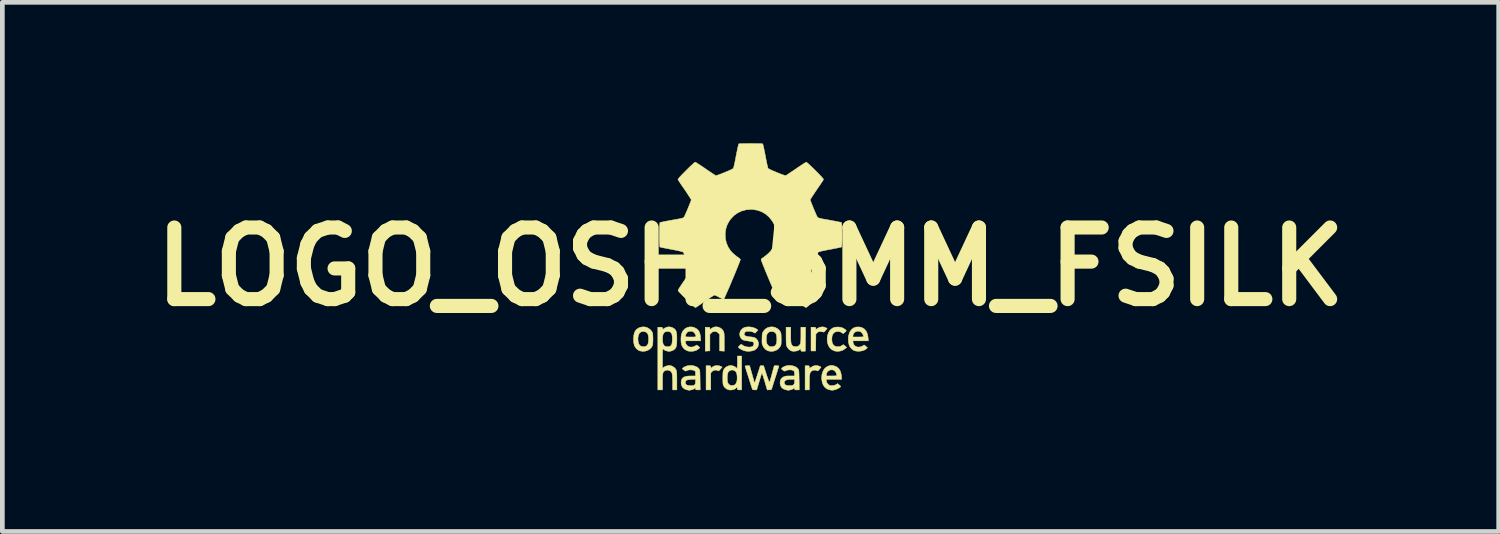
<source format=kicad_pcb>
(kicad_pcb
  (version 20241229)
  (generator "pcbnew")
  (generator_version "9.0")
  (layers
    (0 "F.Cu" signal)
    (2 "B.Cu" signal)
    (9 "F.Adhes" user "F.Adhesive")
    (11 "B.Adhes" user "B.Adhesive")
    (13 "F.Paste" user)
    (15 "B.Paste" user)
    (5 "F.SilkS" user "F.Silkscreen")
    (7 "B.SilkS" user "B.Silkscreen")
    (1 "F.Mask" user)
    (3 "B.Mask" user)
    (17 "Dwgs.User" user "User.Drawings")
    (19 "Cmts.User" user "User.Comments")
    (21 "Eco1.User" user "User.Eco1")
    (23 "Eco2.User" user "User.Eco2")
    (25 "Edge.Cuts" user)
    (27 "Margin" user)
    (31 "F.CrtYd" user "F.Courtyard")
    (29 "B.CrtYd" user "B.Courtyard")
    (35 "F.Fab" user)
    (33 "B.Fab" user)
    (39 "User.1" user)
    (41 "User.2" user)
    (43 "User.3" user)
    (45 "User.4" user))
  (footprint "LOGO_OSH_5MM_FSILK"
    (layer "F.Cu")
    (at 12.925 2.627)
    (property "Reference" "LOGO_OSH_5MM_FSILK" (at 0 0 0) (layer "F.SilkS") (effects (font (size 1.524 1.524) (thickness 0.3))))
    (attr through_hole)
    (fp_poly (pts (xy -0.671 2.107) (xy -0.629 2.123) (xy -0.603 2.136) (xy -0.641 2.18) (xy -0.661 2.204) (xy -0.674 2.216) (xy -0.684 2.218) (xy -0.696 2.213) (xy -0.7 2.21) (xy -0.731 2.2) (xy -0.767 2.202) (xy -0.802 2.217) (xy -0.822 2.234) (xy -0.847 2.262) (xy -0.847 2.622) (xy -0.946 2.622) (xy -0.946 2.108) (xy -0.897 2.108) (xy -0.868 2.109) (xy -0.853 2.112) (xy -0.848 2.12) (xy -0.847 2.135) (xy -0.847 2.164) (xy -0.82 2.141) (xy -0.775 2.114) (xy -0.724 2.103) (xy -0.671 2.107)) (stroke (width 0.01) (type solid)) (fill yes) (layer "F.SilkS"))
    (fp_poly (pts (xy 1.572 1.286) (xy 1.609 1.302) (xy 1.631 1.316) (xy 1.597 1.357) (xy 1.574 1.382) (xy 1.557 1.391) (xy 1.55 1.391) (xy 1.533 1.386) (xy 1.506 1.382) (xy 1.494 1.381) (xy 1.466 1.38) (xy 1.445 1.386) (xy 1.424 1.403) (xy 1.422 1.404) (xy 1.392 1.431) (xy 1.389 1.612) (xy 1.387 1.793) (xy 1.288 1.793) (xy 1.288 1.288) (xy 1.338 1.288) (xy 1.366 1.289) (xy 1.381 1.292) (xy 1.387 1.3) (xy 1.388 1.311) (xy 1.388 1.327) (xy 1.393 1.332) (xy 1.405 1.327) (xy 1.428 1.312) (xy 1.429 1.311) (xy 1.475 1.289) (xy 1.524 1.28) (xy 1.572 1.286)) (stroke (width 0.01) (type solid)) (fill yes) (layer "F.SilkS"))
    (fp_poly (pts (xy 1.434 2.107) (xy 1.479 2.124) (xy 1.503 2.138) (xy 1.467 2.182) (xy 1.447 2.205) (xy 1.434 2.216) (xy 1.424 2.218) (xy 1.412 2.212) (xy 1.409 2.21) (xy 1.379 2.201) (xy 1.344 2.202) (xy 1.31 2.214) (xy 1.291 2.228) (xy 1.278 2.244) (xy 1.268 2.263) (xy 1.262 2.29) (xy 1.257 2.325) (xy 1.254 2.372) (xy 1.253 2.433) (xy 1.253 2.471) (xy 1.252 2.622) (xy 1.162 2.622) (xy 1.162 2.108) (xy 1.207 2.108) (xy 1.234 2.109) (xy 1.247 2.113) (xy 1.252 2.122) (xy 1.252 2.135) (xy 1.254 2.155) (xy 1.26 2.161) (xy 1.273 2.154) (xy 1.29 2.14) (xy 1.333 2.115) (xy 1.383 2.103) (xy 1.434 2.107)) (stroke (width 0.01) (type solid)) (fill yes) (layer "F.SilkS"))
    (fp_poly (pts (xy -0.693 1.284) (xy -0.648 1.301) (xy -0.609 1.329) (xy -0.579 1.368) (xy -0.578 1.372) (xy -0.571 1.386) (xy -0.567 1.401) (xy -0.563 1.42) (xy -0.561 1.444) (xy -0.56 1.478) (xy -0.559 1.523) (xy -0.559 1.582) (xy -0.559 1.604) (xy -0.559 1.798) (xy -0.608 1.794) (xy -0.658 1.791) (xy -0.658 1.44) (xy -0.688 1.409) (xy -0.711 1.39) (xy -0.733 1.381) (xy -0.761 1.379) (xy -0.791 1.381) (xy -0.812 1.39) (xy -0.834 1.409) (xy -0.865 1.44) (xy -0.865 1.791) (xy -0.915 1.794) (xy -0.964 1.798) (xy -0.964 1.543) (xy -0.964 1.288) (xy -0.915 1.288) (xy -0.886 1.289) (xy -0.871 1.292) (xy -0.866 1.3) (xy -0.865 1.311) (xy -0.864 1.328) (xy -0.857 1.332) (xy -0.843 1.323) (xy -0.828 1.311) (xy -0.787 1.288) (xy -0.741 1.279) (xy -0.693 1.284)) (stroke (width 0.01) (type solid)) (fill yes) (layer "F.SilkS"))
    (fp_poly (pts (xy 1.904 1.287) (xy 1.954 1.3) (xy 1.966 1.306) (xy 1.995 1.322) (xy 2.019 1.339) (xy 2.027 1.346) (xy 2.036 1.358) (xy 2.037 1.367) (xy 2.028 1.378) (xy 2.009 1.395) (xy 1.973 1.424) (xy 1.94 1.402) (xy 1.904 1.384) (xy 1.864 1.379) (xy 1.863 1.379) (xy 1.813 1.385) (xy 1.776 1.405) (xy 1.75 1.438) (xy 1.735 1.485) (xy 1.73 1.541) (xy 1.735 1.601) (xy 1.751 1.647) (xy 1.777 1.679) (xy 1.815 1.697) (xy 1.862 1.703) (xy 1.901 1.699) (xy 1.933 1.686) (xy 1.941 1.68) (xy 1.974 1.658) (xy 2.01 1.687) (xy 2.046 1.716) (xy 2.013 1.745) (xy 1.966 1.776) (xy 1.911 1.795) (xy 1.852 1.802) (xy 1.797 1.795) (xy 1.793 1.794) (xy 1.735 1.768) (xy 1.69 1.729) (xy 1.657 1.677) (xy 1.637 1.614) (xy 1.631 1.542) (xy 1.638 1.47) (xy 1.658 1.406) (xy 1.69 1.354) (xy 1.734 1.315) (xy 1.751 1.304) (xy 1.796 1.289) (xy 1.849 1.283) (xy 1.904 1.287)) (stroke (width 0.01) (type solid)) (fill yes) (layer "F.SilkS"))
    (fp_poly (pts (xy 0.856 1.456) (xy 0.856 1.522) (xy 0.858 1.573) (xy 0.861 1.611) (xy 0.866 1.639) (xy 0.874 1.659) (xy 0.886 1.674) (xy 0.901 1.687) (xy 0.903 1.689) (xy 0.925 1.698) (xy 0.955 1.703) (xy 0.965 1.703) (xy 1.007 1.695) (xy 1.041 1.672) (xy 1.063 1.635) (xy 1.066 1.619) (xy 1.069 1.588) (xy 1.071 1.545) (xy 1.072 1.496) (xy 1.072 1.45) (xy 1.072 1.288) (xy 1.172 1.288) (xy 1.169 1.543) (xy 1.167 1.798) (xy 1.12 1.799) (xy 1.092 1.799) (xy 1.078 1.796) (xy 1.073 1.788) (xy 1.072 1.774) (xy 1.069 1.754) (xy 1.06 1.748) (xy 1.049 1.758) (xy 1.029 1.775) (xy 0.997 1.789) (xy 0.958 1.797) (xy 0.917 1.8) (xy 0.88 1.795) (xy 0.863 1.79) (xy 0.821 1.762) (xy 0.787 1.722) (xy 0.774 1.698) (xy 0.768 1.684) (xy 0.764 1.667) (xy 0.761 1.645) (xy 0.759 1.615) (xy 0.758 1.574) (xy 0.757 1.52) (xy 0.757 1.475) (xy 0.757 1.288) (xy 0.856 1.288) (xy 0.856 1.456)) (stroke (width 0.01) (type solid)) (fill yes) (layer "F.SilkS"))
    (fp_poly (pts (xy -2.2 1.296) (xy -2.149 1.327) (xy -2.124 1.35) (xy -2.106 1.371) (xy -2.094 1.392) (xy -2.085 1.414) (xy -2.08 1.443) (xy -2.078 1.482) (xy -2.077 1.534) (xy -2.077 1.55) (xy -2.078 1.605) (xy -2.081 1.645) (xy -2.087 1.676) (xy -2.098 1.701) (xy -2.114 1.723) (xy -2.132 1.743) (xy -2.177 1.775) (xy -2.231 1.795) (xy -2.29 1.802) (xy -2.35 1.793) (xy -2.361 1.79) (xy -2.385 1.778) (xy -2.413 1.758) (xy -2.429 1.743) (xy -2.456 1.709) (xy -2.475 1.668) (xy -2.486 1.616) (xy -2.49 1.552) (xy -2.49 1.541) (xy -2.397 1.541) (xy -2.391 1.602) (xy -2.376 1.649) (xy -2.35 1.682) (xy -2.314 1.699) (xy -2.281 1.703) (xy -2.25 1.7) (xy -2.224 1.692) (xy -2.218 1.689) (xy -2.195 1.667) (xy -2.18 1.636) (xy -2.172 1.594) (xy -2.169 1.541) (xy -2.173 1.48) (xy -2.185 1.435) (xy -2.207 1.404) (xy -2.238 1.386) (xy -2.28 1.379) (xy -2.287 1.379) (xy -2.328 1.386) (xy -2.36 1.409) (xy -2.382 1.447) (xy -2.394 1.498) (xy -2.397 1.541) (xy -2.49 1.541) (xy -2.49 1.536) (xy -2.485 1.464) (xy -2.472 1.406) (xy -2.449 1.361) (xy -2.416 1.326) (xy -2.375 1.301) (xy -2.316 1.283) (xy -2.256 1.281) (xy -2.2 1.296)) (stroke (width 0.01) (type solid)) (fill yes) (layer "F.SilkS"))
    (fp_poly (pts (xy 2.314 1.282) (xy 2.373 1.296) (xy 2.421 1.325) (xy 2.459 1.367) (xy 2.486 1.423) (xy 2.5 1.492) (xy 2.502 1.507) (xy 2.508 1.577) (xy 2.178 1.577) (xy 2.183 1.614) (xy 2.195 1.653) (xy 2.221 1.684) (xy 2.247 1.7) (xy 2.281 1.71) (xy 2.321 1.709) (xy 2.361 1.7) (xy 2.388 1.686) (xy 2.406 1.673) (xy 2.418 1.667) (xy 2.419 1.667) (xy 2.427 1.672) (xy 2.445 1.686) (xy 2.455 1.695) (xy 2.488 1.723) (xy 2.468 1.745) (xy 2.433 1.77) (xy 2.386 1.788) (xy 2.332 1.798) (xy 2.276 1.799) (xy 2.222 1.791) (xy 2.18 1.771) (xy 2.142 1.738) (xy 2.111 1.695) (xy 2.095 1.654) (xy 2.084 1.596) (xy 2.081 1.533) (xy 2.087 1.472) (xy 2.18 1.472) (xy 2.18 1.496) (xy 2.293 1.496) (xy 2.343 1.495) (xy 2.377 1.494) (xy 2.397 1.491) (xy 2.405 1.486) (xy 2.406 1.484) (xy 2.399 1.458) (xy 2.384 1.427) (xy 2.363 1.4) (xy 2.344 1.384) (xy 2.304 1.372) (xy 2.265 1.374) (xy 2.229 1.389) (xy 2.201 1.414) (xy 2.184 1.448) (xy 2.18 1.472) (xy 2.087 1.472) (xy 2.088 1.47) (xy 2.102 1.415) (xy 2.114 1.388) (xy 2.15 1.337) (xy 2.194 1.303) (xy 2.247 1.284) (xy 2.308 1.282) (xy 2.314 1.282)) (stroke (width 0.01) (type solid)) (fill yes) (layer "F.SilkS"))
    (fp_poly (pts (xy 1.759 2.105) (xy 1.789 2.113) (xy 1.842 2.137) (xy 1.883 2.175) (xy 1.913 2.226) (xy 1.93 2.291) (xy 1.934 2.325) (xy 1.94 2.397) (xy 1.61 2.397) (xy 1.616 2.435) (xy 1.624 2.467) (xy 1.643 2.493) (xy 1.654 2.504) (xy 1.673 2.52) (xy 1.69 2.529) (xy 1.71 2.532) (xy 1.742 2.53) (xy 1.743 2.53) (xy 1.789 2.524) (xy 1.823 2.509) (xy 1.826 2.507) (xy 1.853 2.488) (xy 1.886 2.515) (xy 1.906 2.532) (xy 1.917 2.546) (xy 1.919 2.549) (xy 1.911 2.561) (xy 1.891 2.576) (xy 1.863 2.592) (xy 1.831 2.607) (xy 1.8 2.617) (xy 1.795 2.619) (xy 1.765 2.626) (xy 1.744 2.629) (xy 1.727 2.628) (xy 1.704 2.625) (xy 1.686 2.621) (xy 1.63 2.602) (xy 1.584 2.568) (xy 1.549 2.521) (xy 1.526 2.462) (xy 1.515 2.391) (xy 1.514 2.361) (xy 1.52 2.299) (xy 1.613 2.299) (xy 1.613 2.325) (xy 1.725 2.325) (xy 1.772 2.324) (xy 1.804 2.324) (xy 1.824 2.321) (xy 1.834 2.318) (xy 1.838 2.312) (xy 1.838 2.309) (xy 1.834 2.291) (xy 1.824 2.266) (xy 1.818 2.252) (xy 1.792 2.217) (xy 1.758 2.197) (xy 1.717 2.195) (xy 1.69 2.2) (xy 1.656 2.219) (xy 1.63 2.248) (xy 1.615 2.283) (xy 1.613 2.299) (xy 1.52 2.299) (xy 1.52 2.293) (xy 1.539 2.232) (xy 1.568 2.18) (xy 1.607 2.141) (xy 1.654 2.115) (xy 1.662 2.113) (xy 1.699 2.103) (xy 1.729 2.1) (xy 1.759 2.105)) (stroke (width 0.01) (type solid)) (fill yes) (layer "F.SilkS"))
    (fp_poly (pts (xy -0.189 2.622) (xy -0.234 2.622) (xy -0.261 2.621) (xy -0.274 2.618) (xy -0.279 2.608) (xy -0.279 2.595) (xy -0.282 2.574) (xy -0.291 2.569) (xy -0.307 2.582) (xy -0.311 2.586) (xy -0.339 2.606) (xy -0.378 2.619) (xy -0.422 2.625) (xy -0.463 2.621) (xy -0.511 2.601) (xy -0.551 2.568) (xy -0.573 2.535) (xy -0.58 2.518) (xy -0.585 2.498) (xy -0.588 2.472) (xy -0.589 2.436) (xy -0.59 2.386) (xy -0.59 2.37) (xy -0.59 2.365) (xy -0.496 2.365) (xy -0.495 2.41) (xy -0.49 2.449) (xy -0.485 2.468) (xy -0.466 2.5) (xy -0.435 2.522) (xy -0.397 2.53) (xy -0.358 2.525) (xy -0.342 2.518) (xy -0.314 2.494) (xy -0.295 2.455) (xy -0.285 2.404) (xy -0.285 2.341) (xy -0.288 2.305) (xy -0.295 2.27) (xy -0.304 2.247) (xy -0.318 2.229) (xy -0.324 2.223) (xy -0.359 2.203) (xy -0.397 2.198) (xy -0.434 2.207) (xy -0.465 2.231) (xy -0.48 2.253) (xy -0.488 2.28) (xy -0.494 2.32) (xy -0.496 2.365) (xy -0.59 2.365) (xy -0.589 2.303) (xy -0.586 2.251) (xy -0.581 2.216) (xy -0.578 2.206) (xy -0.555 2.166) (xy -0.518 2.134) (xy -0.472 2.112) (xy -0.461 2.109) (xy -0.429 2.103) (xy -0.402 2.104) (xy -0.371 2.112) (xy -0.342 2.124) (xy -0.318 2.138) (xy -0.311 2.145) (xy -0.296 2.158) (xy -0.287 2.162) (xy -0.284 2.154) (xy -0.282 2.131) (xy -0.28 2.096) (xy -0.279 2.052) (xy -0.279 2.032) (xy -0.279 1.901) (xy -0.189 1.901) (xy -0.189 2.622)) (stroke (width 0.01) (type solid)) (fill yes) (layer "F.SilkS"))
    (fp_poly (pts (xy 0.517 1.29) (xy 0.567 1.314) (xy 0.598 1.339) (xy 0.619 1.362) (xy 0.634 1.383) (xy 0.644 1.407) (xy 0.65 1.437) (xy 0.652 1.478) (xy 0.653 1.531) (xy 0.653 1.541) (xy 0.653 1.591) (xy 0.652 1.626) (xy 0.65 1.651) (xy 0.646 1.669) (xy 0.639 1.685) (xy 0.629 1.703) (xy 0.626 1.708) (xy 0.59 1.75) (xy 0.543 1.78) (xy 0.489 1.798) (xy 0.431 1.802) (xy 0.374 1.791) (xy 0.374 1.791) (xy 0.325 1.765) (xy 0.285 1.723) (xy 0.266 1.69) (xy 0.256 1.668) (xy 0.249 1.649) (xy 0.245 1.629) (xy 0.244 1.602) (xy 0.244 1.564) (xy 0.245 1.53) (xy 0.335 1.53) (xy 0.336 1.574) (xy 0.338 1.592) (xy 0.344 1.627) (xy 0.356 1.652) (xy 0.374 1.673) (xy 0.395 1.692) (xy 0.416 1.701) (xy 0.445 1.703) (xy 0.448 1.703) (xy 0.487 1.699) (xy 0.515 1.686) (xy 0.518 1.684) (xy 0.536 1.665) (xy 0.549 1.643) (xy 0.556 1.612) (xy 0.56 1.569) (xy 0.56 1.539) (xy 0.557 1.479) (xy 0.546 1.435) (xy 0.526 1.404) (xy 0.497 1.386) (xy 0.458 1.379) (xy 0.448 1.379) (xy 0.418 1.381) (xy 0.396 1.389) (xy 0.375 1.408) (xy 0.374 1.408) (xy 0.355 1.431) (xy 0.344 1.457) (xy 0.338 1.489) (xy 0.335 1.53) (xy 0.245 1.53) (xy 0.245 1.529) (xy 0.246 1.482) (xy 0.248 1.448) (xy 0.252 1.424) (xy 0.258 1.405) (xy 0.266 1.387) (xy 0.275 1.373) (xy 0.311 1.331) (xy 0.356 1.301) (xy 0.408 1.284) (xy 0.463 1.28) (xy 0.517 1.29)) (stroke (width 0.01) (type solid)) (fill yes) (layer "F.SilkS"))
    (fp_poly (pts (xy -1.239 1.283) (xy -1.189 1.298) (xy -1.141 1.326) (xy -1.105 1.362) (xy -1.082 1.407) (xy -1.069 1.464) (xy -1.065 1.502) (xy -1.061 1.577) (xy -1.224 1.577) (xy -1.282 1.577) (xy -1.324 1.577) (xy -1.354 1.578) (xy -1.372 1.58) (xy -1.382 1.583) (xy -1.387 1.588) (xy -1.388 1.594) (xy -1.388 1.595) (xy -1.38 1.631) (xy -1.361 1.666) (xy -1.334 1.692) (xy -1.332 1.694) (xy -1.289 1.709) (xy -1.242 1.71) (xy -1.194 1.696) (xy -1.182 1.689) (xy -1.143 1.667) (xy -1.112 1.692) (xy -1.093 1.708) (xy -1.082 1.719) (xy -1.081 1.722) (xy -1.089 1.734) (xy -1.108 1.75) (xy -1.134 1.768) (xy -1.162 1.783) (xy -1.207 1.796) (xy -1.259 1.801) (xy -1.311 1.798) (xy -1.343 1.79) (xy -1.397 1.762) (xy -1.438 1.721) (xy -1.466 1.668) (xy -1.47 1.654) (xy -1.478 1.61) (xy -1.481 1.557) (xy -1.479 1.502) (xy -1.477 1.482) (xy -1.388 1.482) (xy -1.385 1.488) (xy -1.376 1.492) (xy -1.357 1.494) (xy -1.326 1.495) (xy -1.28 1.496) (xy -1.275 1.496) (xy -1.228 1.496) (xy -1.197 1.495) (xy -1.177 1.493) (xy -1.167 1.49) (xy -1.163 1.484) (xy -1.162 1.476) (xy -1.162 1.475) (xy -1.169 1.449) (xy -1.186 1.419) (xy -1.208 1.394) (xy -1.226 1.381) (xy -1.255 1.373) (xy -1.29 1.374) (xy -1.324 1.382) (xy -1.344 1.393) (xy -1.362 1.416) (xy -1.378 1.445) (xy -1.387 1.474) (xy -1.388 1.482) (xy -1.477 1.482) (xy -1.473 1.451) (xy -1.464 1.417) (xy -1.436 1.363) (xy -1.397 1.322) (xy -1.349 1.294) (xy -1.296 1.281) (xy -1.239 1.283)) (stroke (width 0.01) (type solid)) (fill yes) (layer "F.SilkS"))
    (fp_poly (pts (xy -0.007 1.282) (xy 0.052 1.293) (xy 0.104 1.312) (xy 0.137 1.333) (xy 0.158 1.35) (xy 0.097 1.414) (xy 0.06 1.394) (xy 0.026 1.381) (xy -0.014 1.375) (xy -0.039 1.374) (xy -0.073 1.375) (xy -0.094 1.378) (xy -0.108 1.385) (xy -0.118 1.395) (xy -0.134 1.424) (xy -0.134 1.449) (xy -0.117 1.468) (xy -0.083 1.482) (xy -0.033 1.491) (xy -0.03 1.491) (xy 0.019 1.495) (xy 0.053 1.5) (xy 0.078 1.506) (xy 0.096 1.514) (xy 0.113 1.525) (xy 0.119 1.53) (xy 0.151 1.567) (xy 0.168 1.611) (xy 0.17 1.656) (xy 0.158 1.7) (xy 0.133 1.739) (xy 0.093 1.77) (xy 0.087 1.774) (xy 0.037 1.791) (xy -0.021 1.8) (xy -0.081 1.799) (xy -0.136 1.788) (xy -0.141 1.786) (xy -0.17 1.774) (xy -0.201 1.758) (xy -0.23 1.741) (xy -0.251 1.725) (xy -0.261 1.714) (xy -0.261 1.712) (xy -0.255 1.703) (xy -0.24 1.686) (xy -0.23 1.676) (xy -0.211 1.658) (xy -0.199 1.652) (xy -0.189 1.655) (xy -0.182 1.66) (xy -0.149 1.683) (xy -0.108 1.699) (xy -0.065 1.708) (xy -0.021 1.711) (xy 0.017 1.706) (xy 0.047 1.693) (xy 0.066 1.673) (xy 0.066 1.671) (xy 0.072 1.642) (xy 0.068 1.617) (xy 0.059 1.604) (xy 0.045 1.599) (xy 0.018 1.592) (xy -0.019 1.586) (xy -0.049 1.581) (xy -0.098 1.574) (xy -0.132 1.568) (xy -0.157 1.559) (xy -0.176 1.549) (xy -0.192 1.534) (xy -0.201 1.524) (xy -0.223 1.484) (xy -0.231 1.44) (xy -0.225 1.396) (xy -0.205 1.355) (xy -0.175 1.32) (xy -0.134 1.295) (xy -0.12 1.29) (xy -0.066 1.281) (xy -0.007 1.282)) (stroke (width 0.01) (type solid)) (fill yes) (layer "F.SilkS"))
    (fp_poly (pts (xy -1.219 2.107) (xy -1.167 2.122) (xy -1.123 2.147) (xy -1.098 2.173) (xy -1.092 2.183) (xy -1.086 2.193) (xy -1.082 2.207) (xy -1.079 2.225) (xy -1.077 2.252) (xy -1.076 2.288) (xy -1.075 2.337) (xy -1.074 2.402) (xy -1.074 2.413) (xy -1.071 2.622) (xy -1.121 2.622) (xy -1.15 2.621) (xy -1.165 2.619) (xy -1.17 2.611) (xy -1.171 2.598) (xy -1.171 2.574) (xy -1.192 2.593) (xy -1.213 2.606) (xy -1.243 2.618) (xy -1.261 2.622) (xy -1.288 2.627) (xy -1.305 2.63) (xy -1.31 2.63) (xy -1.319 2.628) (xy -1.339 2.624) (xy -1.352 2.621) (xy -1.403 2.603) (xy -1.442 2.573) (xy -1.467 2.531) (xy -1.477 2.48) (xy -1.478 2.47) (xy -1.477 2.464) (xy -1.388 2.464) (xy -1.382 2.494) (xy -1.364 2.514) (xy -1.333 2.527) (xy -1.286 2.532) (xy -1.274 2.532) (xy -1.237 2.531) (xy -1.213 2.527) (xy -1.197 2.52) (xy -1.189 2.514) (xy -1.178 2.497) (xy -1.172 2.472) (xy -1.171 2.445) (xy -1.171 2.395) (xy -1.256 2.398) (xy -1.309 2.402) (xy -1.347 2.41) (xy -1.371 2.422) (xy -1.384 2.44) (xy -1.388 2.464) (xy -1.477 2.464) (xy -1.473 2.422) (xy -1.458 2.385) (xy -1.431 2.357) (xy -1.391 2.339) (xy -1.337 2.328) (xy -1.268 2.325) (xy -1.171 2.325) (xy -1.171 2.275) (xy -1.172 2.245) (xy -1.177 2.227) (xy -1.188 2.215) (xy -1.194 2.211) (xy -1.222 2.201) (xy -1.259 2.196) (xy -1.299 2.196) (xy -1.335 2.202) (xy -1.356 2.211) (xy -1.371 2.22) (xy -1.384 2.221) (xy -1.399 2.213) (xy -1.415 2.202) (xy -1.436 2.187) (xy -1.449 2.174) (xy -1.451 2.171) (xy -1.443 2.158) (xy -1.422 2.142) (xy -1.393 2.127) (xy -1.36 2.114) (xy -1.339 2.108) (xy -1.278 2.102) (xy -1.219 2.107)) (stroke (width 0.01) (type solid)) (fill yes) (layer "F.SilkS"))
    (fp_poly (pts (xy 0.893 2.108) (xy 0.944 2.124) (xy 0.986 2.148) (xy 1.01 2.173) (xy 1.017 2.183) (xy 1.022 2.193) (xy 1.026 2.207) (xy 1.029 2.225) (xy 1.031 2.252) (xy 1.032 2.288) (xy 1.033 2.337) (xy 1.034 2.402) (xy 1.035 2.413) (xy 1.037 2.622) (xy 0.987 2.622) (xy 0.959 2.621) (xy 0.944 2.619) (xy 0.938 2.611) (xy 0.937 2.598) (xy 0.937 2.574) (xy 0.916 2.593) (xy 0.895 2.606) (xy 0.865 2.618) (xy 0.848 2.622) (xy 0.821 2.627) (xy 0.803 2.63) (xy 0.798 2.63) (xy 0.79 2.628) (xy 0.769 2.624) (xy 0.759 2.621) (xy 0.705 2.604) (xy 0.666 2.575) (xy 0.64 2.535) (xy 0.629 2.485) (xy 0.629 2.475) (xy 0.631 2.455) (xy 0.718 2.455) (xy 0.722 2.487) (xy 0.734 2.508) (xy 0.754 2.521) (xy 0.785 2.529) (xy 0.83 2.531) (xy 0.833 2.531) (xy 0.868 2.531) (xy 0.892 2.527) (xy 0.908 2.519) (xy 0.916 2.512) (xy 0.929 2.496) (xy 0.936 2.474) (xy 0.937 2.445) (xy 0.937 2.397) (xy 0.867 2.397) (xy 0.805 2.401) (xy 0.76 2.412) (xy 0.731 2.43) (xy 0.718 2.455) (xy 0.631 2.455) (xy 0.634 2.424) (xy 0.653 2.384) (xy 0.686 2.354) (xy 0.703 2.345) (xy 0.724 2.336) (xy 0.746 2.33) (xy 0.773 2.326) (xy 0.811 2.325) (xy 0.84 2.325) (xy 0.937 2.325) (xy 0.937 2.281) (xy 0.935 2.252) (xy 0.929 2.228) (xy 0.925 2.222) (xy 0.904 2.206) (xy 0.871 2.197) (xy 0.832 2.195) (xy 0.792 2.199) (xy 0.755 2.21) (xy 0.747 2.214) (xy 0.731 2.222) (xy 0.718 2.221) (xy 0.701 2.211) (xy 0.69 2.203) (xy 0.671 2.187) (xy 0.659 2.174) (xy 0.658 2.171) (xy 0.664 2.161) (xy 0.681 2.146) (xy 0.687 2.142) (xy 0.731 2.118) (xy 0.783 2.105) (xy 0.838 2.102) (xy 0.893 2.108)) (stroke (width 0.01) (type solid)) (fill yes) (layer "F.SilkS"))
    (fp_poly (pts (xy -0.005 2.156) (xy 0.002 2.183) (xy 0.013 2.222) (xy 0.026 2.268) (xy 0.04 2.317) (xy 0.041 2.32) (xy 0.056 2.375) (xy 0.067 2.414) (xy 0.074 2.441) (xy 0.08 2.457) (xy 0.083 2.465) (xy 0.086 2.467) (xy 0.088 2.465) (xy 0.09 2.463) (xy 0.095 2.452) (xy 0.104 2.427) (xy 0.117 2.391) (xy 0.132 2.345) (xy 0.149 2.292) (xy 0.152 2.282) (xy 0.208 2.108) (xy 0.279 2.108) (xy 0.336 2.285) (xy 0.353 2.338) (xy 0.37 2.384) (xy 0.383 2.422) (xy 0.394 2.448) (xy 0.4 2.46) (xy 0.401 2.461) (xy 0.406 2.453) (xy 0.415 2.43) (xy 0.425 2.396) (xy 0.438 2.354) (xy 0.444 2.332) (xy 0.457 2.282) (xy 0.47 2.233) (xy 0.481 2.192) (xy 0.49 2.162) (xy 0.492 2.156) (xy 0.505 2.108) (xy 0.554 2.108) (xy 0.581 2.109) (xy 0.599 2.111) (xy 0.604 2.114) (xy 0.601 2.123) (xy 0.594 2.148) (xy 0.582 2.184) (xy 0.568 2.231) (xy 0.551 2.284) (xy 0.54 2.319) (xy 0.52 2.379) (xy 0.502 2.436) (xy 0.486 2.488) (xy 0.473 2.53) (xy 0.463 2.559) (xy 0.461 2.568) (xy 0.445 2.617) (xy 0.401 2.62) (xy 0.356 2.623) (xy 0.303 2.442) (xy 0.286 2.388) (xy 0.272 2.341) (xy 0.259 2.302) (xy 0.25 2.275) (xy 0.245 2.262) (xy 0.244 2.262) (xy 0.24 2.27) (xy 0.231 2.293) (xy 0.22 2.328) (xy 0.206 2.373) (xy 0.19 2.425) (xy 0.185 2.442) (xy 0.131 2.622) (xy 0.088 2.622) (xy 0.059 2.62) (xy 0.042 2.613) (xy 0.041 2.611) (xy 0.034 2.592) (xy 0.024 2.56) (xy 0.01 2.518) (xy -0.005 2.468) (xy -0.023 2.414) (xy -0.041 2.357) (xy -0.059 2.301) (xy -0.076 2.247) (xy -0.091 2.199) (xy -0.103 2.16) (xy -0.112 2.131) (xy -0.117 2.116) (xy -0.117 2.114) (xy -0.109 2.111) (xy -0.088 2.109) (xy -0.068 2.108) (xy -0.019 2.108) (xy -0.005 2.156)) (stroke (width 0.01) (type solid)) (fill yes) (layer "F.SilkS"))
    (fp_poly (pts (xy -1.695 1.285) (xy -1.653 1.301) (xy -1.619 1.323) (xy -1.6 1.343) (xy -1.586 1.368) (xy -1.577 1.401) (xy -1.571 1.444) (xy -1.568 1.501) (xy -1.568 1.539) (xy -1.569 1.602) (xy -1.572 1.65) (xy -1.578 1.687) (xy -1.587 1.716) (xy -1.601 1.739) (xy -1.611 1.751) (xy -1.644 1.776) (xy -1.686 1.794) (xy -1.73 1.802) (xy -1.734 1.802) (xy -1.766 1.798) (xy -1.8 1.788) (xy -1.83 1.775) (xy -1.849 1.76) (xy -1.852 1.757) (xy -1.858 1.749) (xy -1.864 1.75) (xy -1.868 1.762) (xy -1.871 1.785) (xy -1.873 1.823) (xy -1.874 1.875) (xy -1.874 1.944) (xy -1.874 1.956) (xy -1.874 2.164) (xy -1.847 2.141) (xy -1.823 2.126) (xy -1.79 2.113) (xy -1.771 2.108) (xy -1.739 2.102) (xy -1.715 2.102) (xy -1.69 2.109) (xy -1.682 2.112) (xy -1.651 2.127) (xy -1.623 2.146) (xy -1.617 2.152) (xy -1.602 2.168) (xy -1.59 2.185) (xy -1.581 2.204) (xy -1.575 2.229) (xy -1.571 2.262) (xy -1.569 2.306) (xy -1.568 2.362) (xy -1.568 2.428) (xy -1.568 2.622) (xy -1.658 2.622) (xy -1.658 2.471) (xy -1.659 2.402) (xy -1.661 2.348) (xy -1.664 2.307) (xy -1.67 2.276) (xy -1.678 2.253) (xy -1.689 2.236) (xy -1.696 2.228) (xy -1.728 2.208) (xy -1.766 2.2) (xy -1.805 2.206) (xy -1.818 2.211) (xy -1.836 2.222) (xy -1.85 2.235) (xy -1.86 2.252) (xy -1.867 2.276) (xy -1.871 2.309) (xy -1.873 2.355) (xy -1.874 2.415) (xy -1.874 2.45) (xy -1.874 2.622) (xy -1.973 2.622) (xy -1.973 1.541) (xy -1.874 1.541) (xy -1.871 1.6) (xy -1.86 1.644) (xy -1.842 1.675) (xy -1.828 1.688) (xy -1.803 1.698) (xy -1.769 1.703) (xy -1.735 1.701) (xy -1.711 1.694) (xy -1.69 1.675) (xy -1.675 1.646) (xy -1.667 1.603) (xy -1.664 1.545) (xy -1.664 1.541) (xy -1.666 1.481) (xy -1.674 1.437) (xy -1.69 1.407) (xy -1.713 1.388) (xy -1.745 1.38) (xy -1.768 1.379) (xy -1.808 1.384) (xy -1.838 1.401) (xy -1.858 1.432) (xy -1.87 1.476) (xy -1.874 1.536) (xy -1.874 1.541) (xy -1.973 1.541) (xy -1.973 1.288) (xy -1.924 1.288) (xy -1.895 1.289) (xy -1.881 1.292) (xy -1.875 1.3) (xy -1.874 1.311) (xy -1.87 1.329) (xy -1.861 1.333) (xy -1.851 1.324) (xy -1.836 1.311) (xy -1.809 1.298) (xy -1.778 1.287) (xy -1.747 1.28) (xy -1.736 1.28) (xy -1.695 1.285)) (stroke (width 0.01) (type solid)) (fill yes) (layer "F.SilkS"))
    (fp_poly (pts (xy 0.05 -2.621) (xy 0.107 -2.621) (xy 0.159 -2.62) (xy 0.203 -2.619) (xy 0.236 -2.618) (xy 0.255 -2.616) (xy 0.259 -2.615) (xy 0.263 -2.605) (xy 0.27 -2.579) (xy 0.279 -2.54) (xy 0.29 -2.49) (xy 0.302 -2.432) (xy 0.314 -2.368) (xy 0.316 -2.36) (xy 0.328 -2.295) (xy 0.34 -2.235) (xy 0.351 -2.182) (xy 0.361 -2.14) (xy 0.368 -2.11) (xy 0.373 -2.095) (xy 0.373 -2.095) (xy 0.385 -2.086) (xy 0.41 -2.072) (xy 0.446 -2.055) (xy 0.49 -2.036) (xy 0.538 -2.015) (xy 0.588 -1.995) (xy 0.636 -1.976) (xy 0.679 -1.96) (xy 0.715 -1.948) (xy 0.74 -1.941) (xy 0.751 -1.94) (xy 0.762 -1.946) (xy 0.785 -1.961) (xy 0.819 -1.984) (xy 0.862 -2.013) (xy 0.912 -2.046) (xy 0.966 -2.083) (xy 0.969 -2.085) (xy 1.023 -2.122) (xy 1.073 -2.155) (xy 1.116 -2.184) (xy 1.151 -2.206) (xy 1.176 -2.22) (xy 1.188 -2.226) (xy 1.188 -2.226) (xy 1.198 -2.219) (xy 1.219 -2.202) (xy 1.249 -2.175) (xy 1.286 -2.14) (xy 1.329 -2.098) (xy 1.376 -2.052) (xy 1.382 -2.046) (xy 1.435 -1.993) (xy 1.476 -1.95) (xy 1.507 -1.918) (xy 1.529 -1.893) (xy 1.543 -1.876) (xy 1.551 -1.863) (xy 1.553 -1.855) (xy 1.551 -1.85) (xy 1.544 -1.839) (xy 1.528 -1.814) (xy 1.504 -1.779) (xy 1.475 -1.736) (xy 1.441 -1.686) (xy 1.406 -1.635) (xy 1.37 -1.582) (xy 1.338 -1.533) (xy 1.31 -1.491) (xy 1.289 -1.457) (xy 1.275 -1.433) (xy 1.27 -1.423) (xy 1.274 -1.411) (xy 1.283 -1.386) (xy 1.297 -1.35) (xy 1.315 -1.306) (xy 1.334 -1.258) (xy 1.355 -1.208) (xy 1.376 -1.159) (xy 1.395 -1.114) (xy 1.412 -1.077) (xy 1.415 -1.071) (xy 1.423 -1.057) (xy 1.435 -1.046) (xy 1.453 -1.037) (xy 1.481 -1.029) (xy 1.521 -1.02) (xy 1.576 -1.01) (xy 1.577 -1.01) (xy 1.635 -1) (xy 1.694 -0.989) (xy 1.753 -0.978) (xy 1.809 -0.968) (xy 1.857 -0.958) (xy 1.897 -0.95) (xy 1.924 -0.945) (xy 1.935 -0.942) (xy 1.938 -0.932) (xy 1.941 -0.907) (xy 1.943 -0.869) (xy 1.945 -0.822) (xy 1.946 -0.768) (xy 1.947 -0.71) (xy 1.947 -0.65) (xy 1.947 -0.592) (xy 1.946 -0.538) (xy 1.944 -0.491) (xy 1.942 -0.453) (xy 1.94 -0.428) (xy 1.937 -0.419) (xy 1.926 -0.416) (xy 1.899 -0.41) (xy 1.86 -0.401) (xy 1.81 -0.392) (xy 1.753 -0.38) (xy 1.692 -0.369) (xy 1.614 -0.354) (xy 1.552 -0.341) (xy 1.505 -0.331) (xy 1.472 -0.322) (xy 1.451 -0.315) (xy 1.441 -0.309) (xy 1.434 -0.296) (xy 1.421 -0.269) (xy 1.404 -0.231) (xy 1.384 -0.183) (xy 1.362 -0.13) (xy 1.352 -0.106) (xy 1.328 -0.045) (xy 1.31 0.003) (xy 1.298 0.038) (xy 1.29 0.063) (xy 1.286 0.08) (xy 1.286 0.092) (xy 1.289 0.101) (xy 1.289 0.101) (xy 1.297 0.114) (xy 1.314 0.14) (xy 1.338 0.175) (xy 1.367 0.219) (xy 1.401 0.268) (xy 1.425 0.304) (xy 1.46 0.355) (xy 1.491 0.401) (xy 1.518 0.441) (xy 1.538 0.472) (xy 1.551 0.492) (xy 1.555 0.498) (xy 1.55 0.507) (xy 1.533 0.528) (xy 1.506 0.558) (xy 1.47 0.596) (xy 1.426 0.642) (xy 1.375 0.692) (xy 1.375 0.692) (xy 1.321 0.746) (xy 1.278 0.788) (xy 1.244 0.82) (xy 1.219 0.843) (xy 1.201 0.857) (xy 1.188 0.865) (xy 1.18 0.868) (xy 1.175 0.867) (xy 1.163 0.859) (xy 1.138 0.843) (xy 1.103 0.819) (xy 1.061 0.79) (xy 1.012 0.757) (xy 0.973 0.731) (xy 0.922 0.696) (xy 0.875 0.664) (xy 0.835 0.638) (xy 0.803 0.618) (xy 0.783 0.607) (xy 0.776 0.604) (xy 0.763 0.608) (xy 0.738 0.619) (xy 0.705 0.635) (xy 0.678 0.649) (xy 0.642 0.668) (xy 0.61 0.682) (xy 0.588 0.69) (xy 0.58 0.692) (xy 0.574 0.683) (xy 0.562 0.66) (xy 0.546 0.624) (xy 0.525 0.577) (xy 0.5 0.521) (xy 0.473 0.458) (xy 0.444 0.39) (xy 0.414 0.318) (xy 0.383 0.245) (xy 0.353 0.173) (xy 0.324 0.104) (xy 0.298 0.039) (xy 0.274 -0.02) (xy 0.254 -0.07) (xy 0.239 -0.11) (xy 0.229 -0.138) (xy 0.225 -0.152) (xy 0.225 -0.152) (xy 0.232 -0.167) (xy 0.25 -0.182) (xy 0.252 -0.183) (xy 0.289 -0.208) (xy 0.331 -0.241) (xy 0.373 -0.277) (xy 0.41 -0.312) (xy 0.435 -0.341) (xy 0.489 -0.425) (xy 0.525 -0.514) (xy 0.545 -0.609) (xy 0.547 -0.703) (xy 0.537 -0.789) (xy 0.517 -0.866) (xy 0.483 -0.938) (xy 0.458 -0.978) (xy 0.396 -1.056) (xy 0.323 -1.12) (xy 0.241 -1.168) (xy 0.151 -1.201) (xy 0.053 -1.218) (xy 0.005 -1.22) (xy -0.096 -1.211) (xy -0.189 -1.186) (xy -0.275 -1.145) (xy -0.353 -1.089) (xy -0.421 -1.017) (xy -0.449 -0.978) (xy -0.491 -0.906) (xy -0.518 -0.833) (xy -0.534 -0.752) (xy -0.538 -0.703) (xy -0.535 -0.603) (xy -0.515 -0.509) (xy -0.477 -0.42) (xy -0.426 -0.341) (xy -0.399 -0.311) (xy -0.362 -0.275) (xy -0.32 -0.239) (xy -0.278 -0.207) (xy -0.243 -0.183) (xy -0.225 -0.168) (xy -0.216 -0.153) (xy -0.216 -0.152) (xy -0.22 -0.139) (xy -0.229 -0.112) (xy -0.244 -0.073) (xy -0.264 -0.023) (xy -0.287 0.035) (xy -0.314 0.1) (xy -0.342 0.169) (xy -0.372 0.241) (xy -0.403 0.314) (xy -0.433 0.386) (xy -0.462 0.454) (xy -0.49 0.518) (xy -0.515 0.574) (xy -0.536 0.622) (xy -0.553 0.659) (xy -0.565 0.683) (xy -0.57 0.692) (xy -0.571 0.692) (xy -0.583 0.689) (xy -0.608 0.679) (xy -0.641 0.664) (xy -0.669 0.649) (xy -0.705 0.63) (xy -0.736 0.615) (xy -0.758 0.606) (xy -0.767 0.604) (xy -0.778 0.609) (xy -0.801 0.622) (xy -0.835 0.644) (xy -0.877 0.671) (xy -0.925 0.704) (xy -0.964 0.731) (xy -1.016 0.766) (xy -1.063 0.798) (xy -1.104 0.826) (xy -1.137 0.848) (xy -1.158 0.862) (xy -1.165 0.867) (xy -1.172 0.868) (xy -1.181 0.864) (xy -1.195 0.855) (xy -1.215 0.839) (xy -1.241 0.815) (xy -1.277 0.781) (xy -1.322 0.736) (xy -1.358 0.701) (xy -1.404 0.655) (xy -1.447 0.612) (xy -1.483 0.575) (xy -1.512 0.544) (xy -1.532 0.523) (xy -1.541 0.513) (xy -1.541 0.513) (xy -1.541 0.504) (xy -1.535 0.488) (xy -1.522 0.464) (xy -1.5 0.43) (xy -1.47 0.384) (xy -1.43 0.325) (xy -1.423 0.314) (xy -1.387 0.262) (xy -1.354 0.214) (xy -1.325 0.171) (xy -1.303 0.137) (xy -1.288 0.114) (xy -1.283 0.105) (xy -1.279 0.096) (xy -1.277 0.087) (xy -1.278 0.074) (xy -1.282 0.055) (xy -1.291 0.029) (xy -1.305 -0.008) (xy -1.324 -0.057) (xy -1.343 -0.106) (xy -1.366 -0.162) (xy -1.387 -0.212) (xy -1.405 -0.254) (xy -1.42 -0.286) (xy -1.43 -0.305) (xy -1.432 -0.309) (xy -1.443 -0.315) (xy -1.464 -0.322) (xy -1.497 -0.331) (xy -1.544 -0.342) (xy -1.605 -0.354) (xy -1.683 -0.369) (xy -1.746 -0.381) (xy -1.803 -0.392) (xy -1.853 -0.402) (xy -1.891 -0.41) (xy -1.917 -0.416) (xy -1.928 -0.419) (xy -1.931 -0.429) (xy -1.933 -0.455) (xy -1.935 -0.493) (xy -1.937 -0.541) (xy -1.938 -0.595) (xy -1.938 -0.653) (xy -1.938 -0.713) (xy -1.937 -0.771) (xy -1.936 -0.825) (xy -1.934 -0.872) (xy -1.932 -0.909) (xy -1.929 -0.933) (xy -1.926 -0.942) (xy -1.913 -0.945) (xy -1.884 -0.951) (xy -1.844 -0.959) (xy -1.794 -0.969) (xy -1.739 -0.979) (xy -1.679 -0.99) (xy -1.62 -1.001) (xy -1.568 -1.01) (xy -1.513 -1.02) (xy -1.472 -1.029) (xy -1.444 -1.037) (xy -1.426 -1.046) (xy -1.414 -1.057) (xy -1.406 -1.07) (xy -1.406 -1.071) (xy -1.39 -1.106) (xy -1.371 -1.15) (xy -1.35 -1.198) (xy -1.329 -1.248) (xy -1.309 -1.297) (xy -1.291 -1.342) (xy -1.276 -1.38) (xy -1.266 -1.407) (xy -1.262 -1.422) (xy -1.261 -1.423) (xy -1.266 -1.434) (xy -1.28 -1.457) (xy -1.302 -1.492) (xy -1.33 -1.535) (xy -1.362 -1.584) (xy -1.397 -1.635) (xy -1.434 -1.689) (xy -1.468 -1.738) (xy -1.497 -1.781) (xy -1.52 -1.816) (xy -1.536 -1.84) (xy -1.542 -1.85) (xy -1.544 -1.857) (xy -1.54 -1.866) (xy -1.531 -1.88) (xy -1.515 -1.899) (xy -1.491 -1.926) (xy -1.457 -1.961) (xy -1.413 -2.006) (xy -1.373 -2.046) (xy -1.326 -2.093) (xy -1.283 -2.135) (xy -1.244 -2.171) (xy -1.213 -2.199) (xy -1.191 -2.218) (xy -1.179 -2.225) (xy -1.178 -2.226) (xy -1.167 -2.221) (xy -1.143 -2.207) (xy -1.108 -2.185) (xy -1.065 -2.157) (xy -1.016 -2.124) (xy -0.962 -2.087) (xy -0.96 -2.086) (xy -0.906 -2.048) (xy -0.856 -2.015) (xy -0.813 -1.986) (xy -0.778 -1.963) (xy -0.754 -1.947) (xy -0.743 -1.94) (xy -0.742 -1.94) (xy -0.729 -1.942) (xy -0.702 -1.949) (xy -0.665 -1.962) (xy -0.621 -1.978) (xy -0.573 -1.997) (xy -0.523 -2.018) (xy -0.475 -2.038) (xy -0.433 -2.057) (xy -0.398 -2.074) (xy -0.374 -2.087) (xy -0.364 -2.095) (xy -0.36 -2.108) (xy -0.353 -2.137) (xy -0.343 -2.178) (xy -0.332 -2.23) (xy -0.32 -2.29) (xy -0.308 -2.355) (xy -0.307 -2.36) (xy -0.294 -2.425) (xy -0.282 -2.484) (xy -0.271 -2.535) (xy -0.262 -2.575) (xy -0.255 -2.602) (xy -0.25 -2.615) (xy -0.25 -2.615) (xy -0.238 -2.617) (xy -0.211 -2.618) (xy -0.171 -2.62) (xy -0.123 -2.621) (xy -0.068 -2.621) (xy -0.009 -2.622) (xy 0.05 -2.621)) (stroke (width 0.01) (type solid)) (fill yes) (layer "F.SilkS")))
  (gr_rect
    (start -3 -3)
    (end 28.85 8.262)
    (stroke (width 0.1) (type default))
    (fill no)
    (layer "Edge.Cuts")))
</source>
